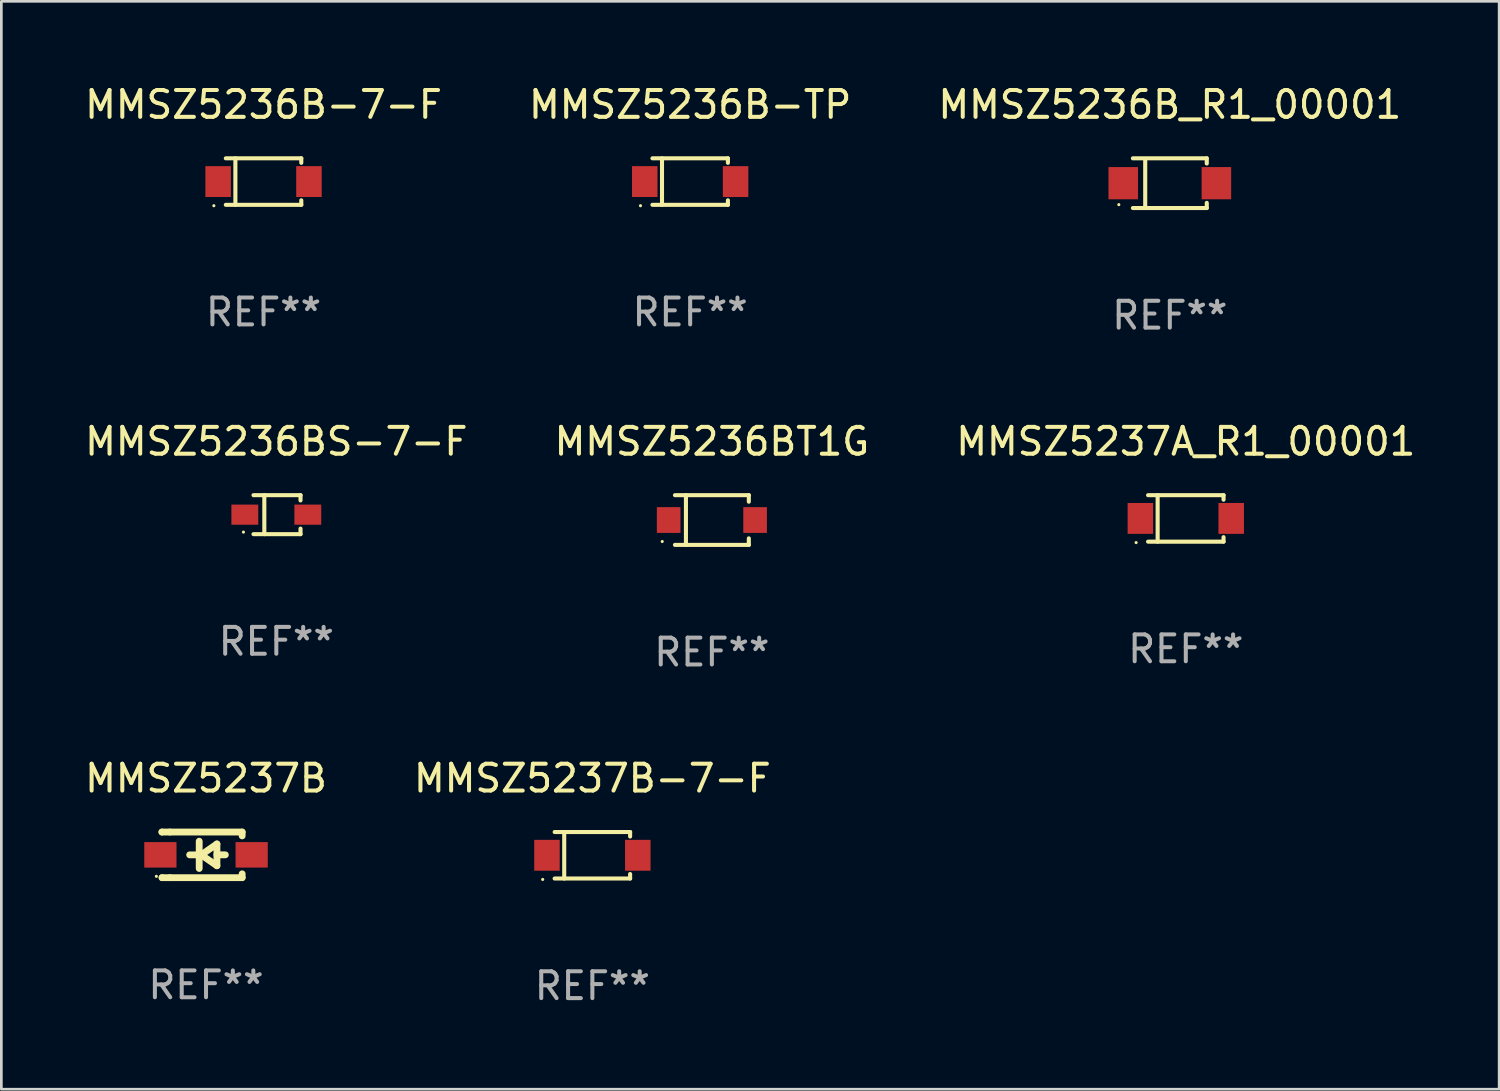
<source format=kicad_pcb>
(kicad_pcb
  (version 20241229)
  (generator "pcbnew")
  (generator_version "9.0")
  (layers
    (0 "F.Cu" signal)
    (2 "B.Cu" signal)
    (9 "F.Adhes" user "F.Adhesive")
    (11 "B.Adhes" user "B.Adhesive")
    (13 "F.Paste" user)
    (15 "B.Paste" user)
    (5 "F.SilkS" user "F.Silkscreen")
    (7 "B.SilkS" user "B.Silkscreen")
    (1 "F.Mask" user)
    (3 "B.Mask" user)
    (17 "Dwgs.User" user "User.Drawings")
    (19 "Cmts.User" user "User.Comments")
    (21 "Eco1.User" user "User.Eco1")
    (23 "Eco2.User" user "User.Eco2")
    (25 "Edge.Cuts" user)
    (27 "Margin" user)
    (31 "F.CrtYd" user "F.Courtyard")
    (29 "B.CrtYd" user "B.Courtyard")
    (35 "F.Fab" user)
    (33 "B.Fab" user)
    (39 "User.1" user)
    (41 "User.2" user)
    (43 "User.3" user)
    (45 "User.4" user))
  (footprint "MMSZ5236BT1G"
    (layer "F.Cu")
    (at 23.47 16.323)
    (property "Reference" "MMSZ5236BT1G" (at 0 -2.926 0) (layer "F.SilkS") (effects (font (size 1 1) (thickness 0.15))))
    (attr through_hole)
    (fp_line (start -1.376 -0.926) (end 1.376 -0.926) (stroke (width 0.152) (type solid)) (layer "F.SilkS"))
    (fp_line (start -1.376 0.926) (end 1.376 0.926) (stroke (width 0.152) (type solid)) (layer "F.SilkS"))
    (fp_line (start -0.967 -0.926) (end -0.967 0.926) (stroke (width 0.152) (type solid)) (layer "F.SilkS"))
    (fp_line (start 1.376 -0.926) (end 1.376 -0.683) (stroke (width 0.152) (type solid)) (layer "F.SilkS"))
    (fp_line (start 1.376 0.926) (end 1.376 0.683) (stroke (width 0.152) (type solid)) (layer "F.SilkS"))
    (fp_circle (center -1.85 0.8) (end -1.82 0.8) (stroke (width 0.06) (type solid)) (fill no) (layer "F.SilkS"))
    (fp_text user "REF**" (at 0 4.926 0) (layer "F.Fab") (effects (font (size 1 1) (thickness 0.15))))
    (pad "1" smd rect (at -1.61 0) (size 0.88 0.96) (layers "F.Cu" "F.Mask" "F.Paste"))
    (pad "2" smd rect (at 1.61 0) (size 0.88 0.96) (layers "F.Cu" "F.Mask" "F.Paste")))
  (footprint "MMSZ5236BS-7-F"
    (layer "F.Cu")
    (at 7.244 16.123)
    (property "Reference" "MMSZ5236BS-7-F" (at 0 -2.726 0) (layer "F.SilkS") (effects (font (size 1 1) (thickness 0.15))))
    (attr through_hole)
    (fp_line (start -0.851 -0.726) (end 0.901 -0.726) (stroke (width 0.152) (type solid)) (layer "F.SilkS"))
    (fp_line (start -0.851 0.726) (end 0.901 0.726) (stroke (width 0.152) (type solid)) (layer "F.SilkS"))
    (fp_line (start -0.447 -0.726) (end -0.447 0.726) (stroke (width 0.152) (type solid)) (layer "F.SilkS"))
    (fp_line (start 0.901 -0.726) (end 0.901 -0.53) (stroke (width 0.152) (type solid)) (layer "F.SilkS"))
    (fp_line (start 0.901 0.726) (end 0.901 0.52) (stroke (width 0.152) (type solid)) (layer "F.SilkS"))
    (fp_circle (center -1.225 0.65) (end -1.195 0.65) (stroke (width 0.06) (type solid)) (fill no) (layer "F.SilkS"))
    (fp_text user "REF**" (at 0 4.726 0) (layer "F.Fab") (effects (font (size 1 1) (thickness 0.15))))
    (pad "1" smd rect (at -1.173 0) (size 1 0.75) (layers "F.Cu" "F.Mask" "F.Paste"))
    (pad "2" smd rect (at 1.173 0) (size 1 0.75) (layers "F.Cu" "F.Mask" "F.Paste")))
  (footprint "MMSZ5237B-7-F"
    (layer "F.Cu")
    (at 19.018 28.812)
    (property "Reference" "MMSZ5237B-7-F" (at 0 -2.866 0) (layer "F.SilkS") (effects (font (size 1 1) (thickness 0.15))))
    (attr through_hole)
    (fp_line (start -1.406 -0.866) (end 1.406 -0.866) (stroke (width 0.152) (type solid)) (layer "F.SilkS"))
    (fp_line (start -1.406 0.866) (end 1.406 0.866) (stroke (width 0.152) (type solid)) (layer "F.SilkS"))
    (fp_line (start -1.049 -0.866) (end -1.049 0.866) (stroke (width 0.152) (type solid)) (layer "F.SilkS"))
    (fp_line (start 1.406 -0.866) (end 1.406 -0.698) (stroke (width 0.152) (type solid)) (layer "F.SilkS"))
    (fp_line (start 1.406 0.866) (end 1.406 0.698) (stroke (width 0.152) (type solid)) (layer "F.SilkS"))
    (fp_circle (center -1.851 0.9) (end -1.821 0.9) (stroke (width 0.06) (type solid)) (fill no) (layer "F.SilkS"))
    (fp_text user "REF**" (at 0 4.866 0) (layer "F.Fab") (effects (font (size 1 1) (thickness 0.15))))
    (pad "1" smd rect (at -1.692 0) (size 0.95 1.15) (layers "F.Cu" "F.Mask" "F.Paste"))
    (pad "2" smd rect (at 1.692 0) (size 0.95 1.15) (layers "F.Cu" "F.Mask" "F.Paste")))
  (footprint "MMSZ5236B-7-F"
    (layer "F.Cu")
    (at 6.768 3.714)
    (property "Reference" "MMSZ5236B-7-F" (at 0 -2.866 0) (layer "F.SilkS") (effects (font (size 1 1) (thickness 0.15))))
    (attr through_hole)
    (fp_line (start -1.406 -0.866) (end 1.406 -0.866) (stroke (width 0.152) (type solid)) (layer "F.SilkS"))
    (fp_line (start -1.406 0.866) (end 1.406 0.866) (stroke (width 0.152) (type solid)) (layer "F.SilkS"))
    (fp_line (start -1.049 -0.866) (end -1.049 0.866) (stroke (width 0.152) (type solid)) (layer "F.SilkS"))
    (fp_line (start 1.406 -0.866) (end 1.406 -0.698) (stroke (width 0.152) (type solid)) (layer "F.SilkS"))
    (fp_line (start 1.406 0.866) (end 1.406 0.698) (stroke (width 0.152) (type solid)) (layer "F.SilkS"))
    (fp_circle (center -1.851 0.9) (end -1.821 0.9) (stroke (width 0.06) (type solid)) (fill no) (layer "F.SilkS"))
    (fp_text user "REF**" (at 0 4.866 0) (layer "F.Fab") (effects (font (size 1 1) (thickness 0.15))))
    (pad "1" smd rect (at -1.692 0) (size 0.95 1.15) (layers "F.Cu" "F.Mask" "F.Paste"))
    (pad "2" smd rect (at 1.692 0) (size 0.95 1.15) (layers "F.Cu" "F.Mask" "F.Paste")))
  (footprint "MMSZ5237A_R1_00001"
    (layer "F.Cu")
    (at 41.125 16.263)
    (property "Reference" "MMSZ5237A_R1_00001" (at 0 -2.866 0) (layer "F.SilkS") (effects (font (size 1 1) (thickness 0.15))))
    (attr through_hole)
    (fp_line (start -1.406 -0.866) (end 1.406 -0.866) (stroke (width 0.152) (type solid)) (layer "F.SilkS"))
    (fp_line (start -1.406 0.866) (end 1.406 0.866) (stroke (width 0.152) (type solid)) (layer "F.SilkS"))
    (fp_line (start -1.049 -0.866) (end -1.049 0.866) (stroke (width 0.152) (type solid)) (layer "F.SilkS"))
    (fp_line (start 1.406 -0.866) (end 1.406 -0.698) (stroke (width 0.152) (type solid)) (layer "F.SilkS"))
    (fp_line (start 1.406 0.866) (end 1.406 0.698) (stroke (width 0.152) (type solid)) (layer "F.SilkS"))
    (fp_circle (center -1.851 0.9) (end -1.821 0.9) (stroke (width 0.06) (type solid)) (fill no) (layer "F.SilkS"))
    (fp_text user "REF**" (at 0 4.866 0) (layer "F.Fab") (effects (font (size 1 1) (thickness 0.15))))
    (pad "1" smd rect (at -1.692 0) (size 0.95 1.15) (layers "F.Cu" "F.Mask" "F.Paste"))
    (pad "2" smd rect (at 1.692 0) (size 0.95 1.15) (layers "F.Cu" "F.Mask" "F.Paste")))
  (footprint "MMSZ5236B-TP"
    (layer "F.Cu")
    (at 22.661 3.714)
    (property "Reference" "MMSZ5236B-TP" (at 0 -2.866 0) (layer "F.SilkS") (effects (font (size 1 1) (thickness 0.15))))
    (attr through_hole)
    (fp_line (start -1.406 -0.866) (end 1.406 -0.866) (stroke (width 0.152) (type solid)) (layer "F.SilkS"))
    (fp_line (start -1.406 0.866) (end 1.406 0.866) (stroke (width 0.152) (type solid)) (layer "F.SilkS"))
    (fp_line (start -1.049 -0.866) (end -1.049 0.866) (stroke (width 0.152) (type solid)) (layer "F.SilkS"))
    (fp_line (start 1.406 -0.866) (end 1.406 -0.698) (stroke (width 0.152) (type solid)) (layer "F.SilkS"))
    (fp_line (start 1.406 0.866) (end 1.406 0.698) (stroke (width 0.152) (type solid)) (layer "F.SilkS"))
    (fp_circle (center -1.851 0.9) (end -1.821 0.9) (stroke (width 0.06) (type solid)) (fill no) (layer "F.SilkS"))
    (fp_text user "REF**" (at 0 4.866 0) (layer "F.Fab") (effects (font (size 1 1) (thickness 0.15))))
    (pad "1" smd rect (at -1.692 0) (size 0.95 1.15) (layers "F.Cu" "F.Mask" "F.Paste"))
    (pad "2" smd rect (at 1.692 0) (size 0.95 1.15) (layers "F.Cu" "F.Mask" "F.Paste")))
  (footprint "MMSZ5236B_R1_00001"
    (layer "F.Cu")
    (at 40.53 3.774)
    (property "Reference" "MMSZ5236B_R1_00001" (at 0 -2.926 0) (layer "F.SilkS") (effects (font (size 1 1) (thickness 0.15))))
    (attr through_hole)
    (fp_line (start -1.376 -0.926) (end 1.376 -0.926) (stroke (width 0.152) (type solid)) (layer "F.SilkS"))
    (fp_line (start -1.376 0.926) (end 1.376 0.926) (stroke (width 0.152) (type solid)) (layer "F.SilkS"))
    (fp_line (start -0.917 -0.876) (end -0.917 0.876) (stroke (width 0.152) (type solid)) (layer "F.SilkS"))
    (fp_line (start 1.376 -0.926) (end 1.376 -0.733) (stroke (width 0.152) (type solid)) (layer "F.SilkS"))
    (fp_line (start 1.376 0.926) (end 1.376 0.733) (stroke (width 0.152) (type solid)) (layer "F.SilkS"))
    (fp_circle (center -1.9 0.8) (end -1.87 0.8) (stroke (width 0.06) (type solid)) (fill no) (layer "F.SilkS"))
    (fp_text user "REF**" (at 0 4.926 0) (layer "F.Fab") (effects (font (size 1 1) (thickness 0.15))))
    (pad "1" smd rect (at -1.735 -0.000025) (size 1.1 1.2) (layers "F.Cu" "F.Mask" "F.Paste"))
    (pad "2" smd rect (at 1.735 -0.000025) (size 1.1 1.2) (layers "F.Cu" "F.Mask" "F.Paste")))
  (footprint "MMSZ5237B"
    (layer "F.Cu")
    (at 4.625 28.796)
    (property "Reference" "MMSZ5237B" (at 0 -2.85 0) (layer "F.SilkS") (effects (font (size 1 1) (thickness 0.15))))
    (attr through_hole)
    (fp_line (start -1.643 -0.85) (end -1.644 -0.849) (stroke (width 0.254) (type solid)) (layer "F.SilkS"))
    (fp_line (start -1.638 0.85) (end -1.639 0.849) (stroke (width 0.254) (type solid)) (layer "F.SilkS"))
    (fp_line (start -1.346 -0.85) (end -1.643 -0.85) (stroke (width 0.254) (type solid)) (layer "F.SilkS"))
    (fp_line (start -1.346 -0.85) (end 1.346 -0.85) (stroke (width 0.254) (type solid)) (layer "F.SilkS"))
    (fp_line (start -1.346 0.85) (end -1.638 0.85) (stroke (width 0.254) (type solid)) (layer "F.SilkS"))
    (fp_line (start -0.28 0) (end -0.61 0) (stroke (width 0.254) (type solid)) (layer "F.SilkS"))
    (fp_line (start -0.254 -0.508) (end -0.254 0.508) (stroke (width 0.254) (type solid)) (layer "F.SilkS"))
    (fp_line (start -0.178 0) (end 0.406 -0.406) (stroke (width 0.254) (type solid)) (layer "F.SilkS"))
    (fp_line (start 0.406 -0.406) (end 0.406 0.406) (stroke (width 0.254) (type solid)) (layer "F.SilkS"))
    (fp_line (start 0.406 -0.000254) (end 0.72 -0.000254) (stroke (width 0.254) (type solid)) (layer "F.SilkS"))
    (fp_line (start 0.406 0.406) (end -0.178 0) (stroke (width 0.254) (type solid)) (layer "F.SilkS"))
    (fp_line (start 1.346 -0.85) (end 1.346 -0.706) (stroke (width 0.254) (type solid)) (layer "F.SilkS"))
    (fp_line (start 1.346 0.706) (end 1.346 0.85) (stroke (width 0.254) (type solid)) (layer "F.SilkS"))
    (fp_line (start 1.346 0.85) (end -1.346 0.85) (stroke (width 0.254) (type solid)) (layer "F.SilkS"))
    (fp_circle (center -1.85 0.8) (end -1.82 0.8) (stroke (width 0.06) (type solid)) (fill no) (layer "F.SilkS"))
    (fp_text user "REF**" (at 0 4.85 0) (layer "F.Fab") (effects (font (size 1 1) (thickness 0.15))))
    (pad "1" smd rect (at -1.7 0) (size 1.2 0.95) (layers "F.Cu" "F.Mask" "F.Paste"))
    (pad "2" smd rect (at 1.7 0) (size 1.2 0.95) (layers "F.Cu" "F.Mask" "F.Paste")))
  (gr_rect
    (start -3 -3)
    (end 52.798 37.527)
    (stroke (width 0.1) (type default))
    (fill no)
    (layer "Edge.Cuts")))
</source>
